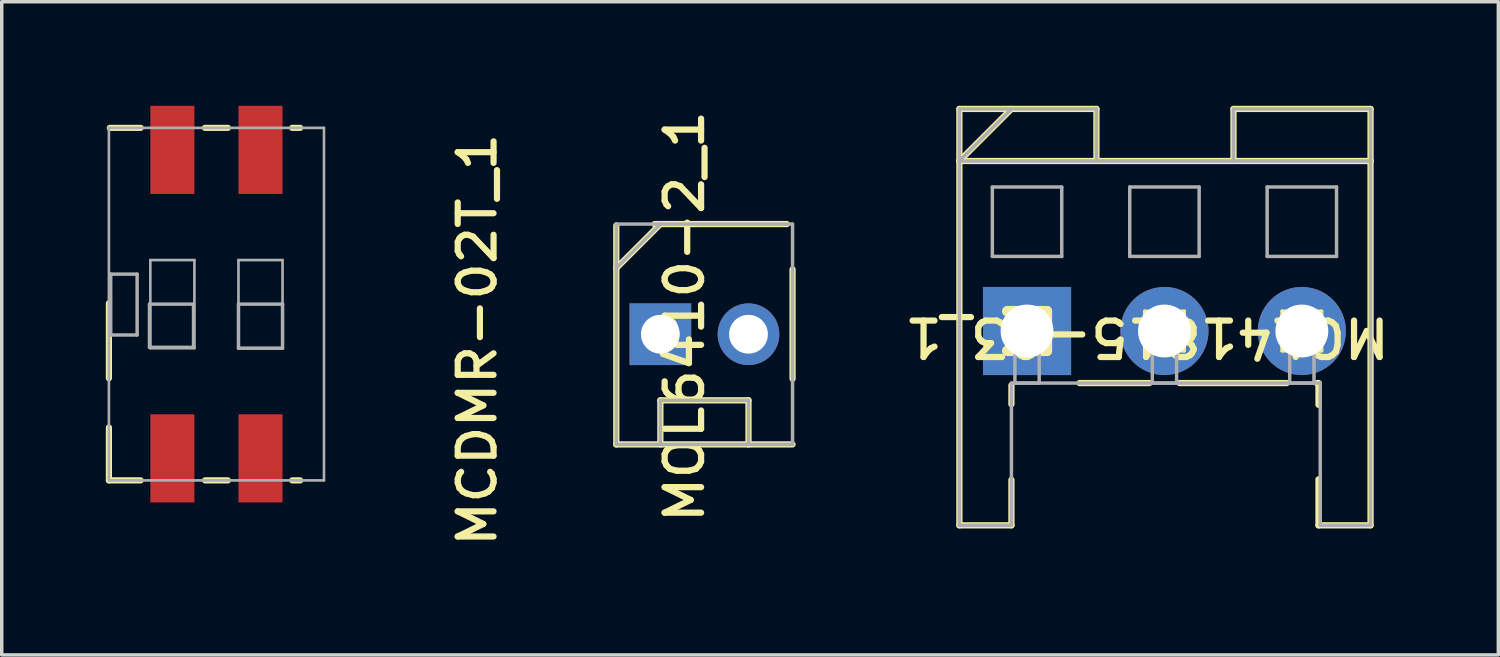
<source format=kicad_pcb>
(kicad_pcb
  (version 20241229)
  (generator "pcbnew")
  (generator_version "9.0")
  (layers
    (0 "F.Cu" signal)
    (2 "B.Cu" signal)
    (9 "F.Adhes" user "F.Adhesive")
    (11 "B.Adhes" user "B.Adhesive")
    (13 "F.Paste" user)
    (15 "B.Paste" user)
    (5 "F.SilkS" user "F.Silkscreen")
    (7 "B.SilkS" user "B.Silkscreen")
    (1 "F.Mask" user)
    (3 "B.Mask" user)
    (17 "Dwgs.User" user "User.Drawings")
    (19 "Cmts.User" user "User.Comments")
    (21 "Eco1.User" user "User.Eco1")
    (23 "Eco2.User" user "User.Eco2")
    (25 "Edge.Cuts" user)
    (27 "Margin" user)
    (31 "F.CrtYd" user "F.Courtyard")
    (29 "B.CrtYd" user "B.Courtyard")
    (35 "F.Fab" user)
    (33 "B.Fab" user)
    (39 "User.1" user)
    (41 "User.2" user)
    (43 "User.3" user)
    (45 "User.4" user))
  (footprint "MOL41815-03_1"
    (layer "F.Cu")
    (at 26.55 6.49)
    (property "Reference" "MOL41815-03_1" (at 3.457 0.175 180) (unlocked yes) (layer "F.SilkS") (effects (font (size 1.05 1.104) (thickness 0.18))))
    (attr smd)
    (fp_line (start -1.95 -6.4) (end 2 -6.4) (stroke (width 0.18) (type solid)) (layer "F.SilkS"))
    (fp_line (start -1.95 -4.9) (end -1.95 -6.4) (stroke (width 0.18) (type solid)) (layer "F.SilkS"))
    (fp_line (start -1.95 -4.9) (end -0.45 -6.4) (stroke (width 0.18) (type solid)) (layer "F.SilkS"))
    (fp_line (start -1.95 -4.9) (end 9.9 -4.9) (stroke (width 0.18) (type solid)) (layer "F.SilkS"))
    (fp_line (start -1.95 5.6) (end -1.95 -4.9) (stroke (width 0.18) (type solid)) (layer "F.SilkS"))
    (fp_line (start -1.95 5.6) (end -0.45 5.6) (stroke (width 0.18) (type solid)) (layer "F.SilkS"))
    (fp_line (start -0.57 -0.57) (end 0.57 -0.57) (stroke (width 0.305) (type solid)) (layer "F.SilkS"))
    (fp_line (start -0.57 0.57) (end 0.57 0.57) (stroke (width 0.305) (type solid)) (layer "F.SilkS"))
    (fp_line (start -0.45 2.111) (end -0.45 1.562) (stroke (width 0.18) (type solid)) (layer "F.SilkS"))
    (fp_line (start -0.45 5.6) (end -0.45 4.289) (stroke (width 0.18) (type solid)) (layer "F.SilkS"))
    (fp_line (start 0.57 0.57) (end 0.57 -0.57) (stroke (width 0.305) (type solid)) (layer "F.SilkS"))
    (fp_line (start 1.512 1.5) (end 3.526 1.5) (stroke (width 0.18) (type solid)) (layer "F.SilkS"))
    (fp_line (start 2 -4.9) (end 2 -6.4) (stroke (width 0.18) (type solid)) (layer "F.SilkS"))
    (fp_line (start 3.39 -0.57) (end 4.53 -0.57) (stroke (width 0.1) (type solid)) (layer "F.SilkS"))
    (fp_line (start 3.39 0.57) (end 3.39 -0.57) (stroke (width 0.1) (type solid)) (layer "F.SilkS"))
    (fp_line (start 3.39 0.57) (end 4.53 0.57) (stroke (width 0.1) (type solid)) (layer "F.SilkS"))
    (fp_line (start 4.394 1.5) (end 7.486 1.5) (stroke (width 0.18) (type solid)) (layer "F.SilkS"))
    (fp_line (start 4.53 0.57) (end 4.53 -0.57) (stroke (width 0.1) (type solid)) (layer "F.SilkS"))
    (fp_line (start 5.95 -6.4) (end 9.9 -6.4) (stroke (width 0.18) (type solid)) (layer "F.SilkS"))
    (fp_line (start 5.95 -4.9) (end 5.95 -6.4) (stroke (width 0.18) (type solid)) (layer "F.SilkS"))
    (fp_line (start 7.35 -0.57) (end 8.49 -0.57) (stroke (width 0.1) (type solid)) (layer "F.SilkS"))
    (fp_line (start 7.35 0.57) (end 7.35 -0.57) (stroke (width 0.1) (type solid)) (layer "F.SilkS"))
    (fp_line (start 7.35 0.57) (end 8.49 0.57) (stroke (width 0.1) (type solid)) (layer "F.SilkS"))
    (fp_line (start 8.354 1.5) (end 8.4 1.5) (stroke (width 0.18) (type solid)) (layer "F.SilkS"))
    (fp_line (start 8.4 2.126) (end 8.4 1.5) (stroke (width 0.18) (type solid)) (layer "F.SilkS"))
    (fp_line (start 8.4 5.6) (end 8.4 4.274) (stroke (width 0.18) (type solid)) (layer "F.SilkS"))
    (fp_line (start 8.4 5.6) (end 9.9 5.6) (stroke (width 0.18) (type solid)) (layer "F.SilkS"))
    (fp_line (start 8.49 0.57) (end 8.49 -0.57) (stroke (width 0.1) (type solid)) (layer "F.SilkS"))
    (fp_line (start 9.9 -4.9) (end 9.9 -6.4) (stroke (width 0.18) (type solid)) (layer "F.SilkS"))
    (fp_line (start 9.9 5.6) (end 9.9 -4.9) (stroke (width 0.18) (type solid)) (layer "F.SilkS"))
    (fp_line (start -1.95 -6.4) (end 2 -6.4) (stroke (width 0.1) (type solid)) (layer "F.Fab"))
    (fp_line (start -1.95 -4.9) (end -1.95 -6.4) (stroke (width 0.1) (type solid)) (layer "F.Fab"))
    (fp_line (start -1.95 -4.9) (end -0.45 -6.4) (stroke (width 0.1) (type solid)) (layer "F.Fab"))
    (fp_line (start -1.95 -4.9) (end 9.9 -4.9) (stroke (width 0.1) (type solid)) (layer "F.Fab"))
    (fp_line (start -1.95 5.6) (end -1.95 -4.9) (stroke (width 0.1) (type solid)) (layer "F.Fab"))
    (fp_line (start -1.95 5.6) (end -0.45 5.6) (stroke (width 0.1) (type solid)) (layer "F.Fab"))
    (fp_line (start -1 -4.15) (end 1 -4.15) (stroke (width 0.1) (type solid)) (layer "F.Fab"))
    (fp_line (start -1 -2.15) (end -1 -4.15) (stroke (width 0.1) (type solid)) (layer "F.Fab"))
    (fp_line (start -1 -2.15) (end 1 -2.15) (stroke (width 0.1) (type solid)) (layer "F.Fab"))
    (fp_line (start -0.45 1.5) (end 8.45 1.5) (stroke (width 0.1) (type solid)) (layer "F.Fab"))
    (fp_line (start -0.45 5.6) (end -0.45 1.5) (stroke (width 0.1) (type solid)) (layer "F.Fab"))
    (fp_line (start -0.35 -0.35) (end 0.35 -0.35) (stroke (width 0.1) (type solid)) (layer "F.Fab"))
    (fp_line (start -0.35 0) (end 0.35 0) (stroke (width 0.1) (type solid)) (layer "F.Fab"))
    (fp_line (start -0.35 1.5) (end -0.35 -0.35) (stroke (width 0.1) (type solid)) (layer "F.Fab"))
    (fp_line (start -0.35 1.5) (end 0.35 1.5) (stroke (width 0.1) (type solid)) (layer "F.Fab"))
    (fp_line (start 0.35 1.5) (end 0.35 -0.35) (stroke (width 0.1) (type solid)) (layer "F.Fab"))
    (fp_line (start 1 -2.15) (end 1 -4.15) (stroke (width 0.1) (type solid)) (layer "F.Fab"))
    (fp_line (start 2 -4.9) (end 2 -6.4) (stroke (width 0.1) (type solid)) (layer "F.Fab"))
    (fp_line (start 2.96 -4.15) (end 4.96 -4.15) (stroke (width 0.1) (type solid)) (layer "F.Fab"))
    (fp_line (start 2.96 -2.15) (end 2.96 -4.15) (stroke (width 0.1) (type solid)) (layer "F.Fab"))
    (fp_line (start 2.96 -2.15) (end 4.96 -2.15) (stroke (width 0.1) (type solid)) (layer "F.Fab"))
    (fp_line (start 3.61 -0.35) (end 4.31 -0.35) (stroke (width 0.1) (type solid)) (layer "F.Fab"))
    (fp_line (start 3.61 0) (end 4.31 0) (stroke (width 0.1) (type solid)) (layer "F.Fab"))
    (fp_line (start 3.61 1.5) (end 3.61 -0.35) (stroke (width 0.1) (type solid)) (layer "F.Fab"))
    (fp_line (start 3.61 1.5) (end 4.31 1.5) (stroke (width 0.1) (type solid)) (layer "F.Fab"))
    (fp_line (start 4.31 1.5) (end 4.31 -0.35) (stroke (width 0.1) (type solid)) (layer "F.Fab"))
    (fp_line (start 4.96 -2.15) (end 4.96 -4.15) (stroke (width 0.1) (type solid)) (layer "F.Fab"))
    (fp_line (start 5.95 -6.4) (end 9.9 -6.4) (stroke (width 0.1) (type solid)) (layer "F.Fab"))
    (fp_line (start 5.95 -4.9) (end 5.95 -6.4) (stroke (width 0.1) (type solid)) (layer "F.Fab"))
    (fp_line (start 6.92 -4.15) (end 8.92 -4.15) (stroke (width 0.1) (type solid)) (layer "F.Fab"))
    (fp_line (start 6.92 -2.15) (end 6.92 -4.15) (stroke (width 0.1) (type solid)) (layer "F.Fab"))
    (fp_line (start 6.92 -2.15) (end 8.92 -2.15) (stroke (width 0.1) (type solid)) (layer "F.Fab"))
    (fp_line (start 7.57 -0.35) (end 8.27 -0.35) (stroke (width 0.1) (type solid)) (layer "F.Fab"))
    (fp_line (start 7.57 0) (end 8.27 0) (stroke (width 0.1) (type solid)) (layer "F.Fab"))
    (fp_line (start 7.57 1.5) (end 7.57 -0.35) (stroke (width 0.1) (type solid)) (layer "F.Fab"))
    (fp_line (start 7.57 1.5) (end 8.27 1.5) (stroke (width 0.1) (type solid)) (layer "F.Fab"))
    (fp_line (start 8.27 1.5) (end 8.27 -0.35) (stroke (width 0.1) (type solid)) (layer "F.Fab"))
    (fp_line (start 8.45 5.6) (end 8.45 1.5) (stroke (width 0.1) (type solid)) (layer "F.Fab"))
    (fp_line (start 8.45 5.6) (end 9.9 5.6) (stroke (width 0.1) (type solid)) (layer "F.Fab"))
    (fp_line (start 8.92 -2.15) (end 8.92 -4.15) (stroke (width 0.1) (type solid)) (layer "F.Fab"))
    (fp_line (start 9.9 -4.9) (end 9.9 -6.4) (stroke (width 0.1) (type solid)) (layer "F.Fab"))
    (fp_line (start 9.9 5.6) (end 9.9 -4.9) (stroke (width 0.1) (type solid)) (layer "F.Fab"))
    (pad "1" thru_hole rect (at 0 0) (size 2.54 2.54) (drill 1.524) (layers "*.Cu" "*.Mask"))
    (pad "2" thru_hole circle (at 3.96 0) (size 2.54 2.54) (drill 1.524) (layers "*.Cu" "*.Mask"))
    (pad "3" thru_hole circle (at 7.92 0) (size 2.54 2.54) (drill 1.524) (layers "*.Cu" "*.Mask")))
  (footprint "MCDMR-02T_1"
    (layer "F.Cu")
    (at 3.188 5.715)
    (property "Reference" "MCDMR-02T_1" (at 7.518 1.029 90) (unlocked yes) (layer "F.SilkS") (effects (font (size 1.033 1.087) (thickness 0.178))))
    (attr smd)
    (fp_line (start -3.099 2.134) (end -3.099 -0.025) (stroke (width 0.178) (type solid)) (layer "F.SilkS"))
    (fp_line (start -3.099 5.08) (end -3.099 3.556) (stroke (width 0.178) (type solid)) (layer "F.SilkS"))
    (fp_line (start -3.099 5.08) (end -2.184 5.08) (stroke (width 0.178) (type solid)) (layer "F.SilkS"))
    (fp_line (start -3.073 -5.08) (end -2.184 -5.08) (stroke (width 0.178) (type solid)) (layer "F.SilkS"))
    (fp_line (start -0.33 -5.08) (end 0.33 -5.08) (stroke (width 0.178) (type solid)) (layer "F.SilkS"))
    (fp_line (start -0.33 5.08) (end 0.33 5.08) (stroke (width 0.178) (type solid)) (layer "F.SilkS"))
    (fp_line (start 2.184 -5.08) (end 2.413 -5.08) (stroke (width 0.178) (type solid)) (layer "F.SilkS"))
    (fp_line (start 2.184 5.08) (end 2.413 5.08) (stroke (width 0.178) (type solid)) (layer "F.SilkS"))
    (fp_line (start -3.099 -5.08) (end 3.099 -5.08) (stroke (width 0.076) (type solid)) (layer "F.Fab"))
    (fp_line (start -3.099 5.08) (end -3.099 -5.08) (stroke (width 0.076) (type solid)) (layer "F.Fab"))
    (fp_line (start -3.099 5.08) (end 3.099 5.08) (stroke (width 0.076) (type solid)) (layer "F.Fab"))
    (fp_line (start -3.048 -0.864) (end -2.286 -0.864) (stroke (width 0.1) (type solid)) (layer "F.Fab"))
    (fp_line (start -3.048 0.889) (end -3.048 -0.864) (stroke (width 0.1) (type solid)) (layer "F.Fab"))
    (fp_line (start -3.048 0.889) (end -2.286 0.889) (stroke (width 0.1) (type solid)) (layer "F.Fab"))
    (fp_line (start -2.286 0.889) (end -2.286 -0.864) (stroke (width 0.1) (type solid)) (layer "F.Fab"))
    (fp_line (start -1.93 0) (end -0.66 0) (stroke (width 0.1) (type solid)) (layer "F.Fab"))
    (fp_line (start -1.93 1.245) (end -1.93 0) (stroke (width 0.1) (type solid)) (layer "F.Fab"))
    (fp_line (start -1.93 1.245) (end -0.66 1.245) (stroke (width 0.1) (type solid)) (layer "F.Fab"))
    (fp_line (start -1.905 -1.27) (end -0.635 -1.27) (stroke (width 0.076) (type solid)) (layer "F.Fab"))
    (fp_line (start -1.905 1.27) (end -1.905 -1.27) (stroke (width 0.076) (type solid)) (layer "F.Fab"))
    (fp_line (start -1.905 1.27) (end -0.635 1.27) (stroke (width 0.076) (type solid)) (layer "F.Fab"))
    (fp_line (start -0.66 1.245) (end -0.66 0) (stroke (width 0.1) (type solid)) (layer "F.Fab"))
    (fp_line (start -0.635 1.27) (end -0.635 -1.27) (stroke (width 0.076) (type solid)) (layer "F.Fab"))
    (fp_line (start 0.635 -1.27) (end 1.905 -1.27) (stroke (width 0.076) (type solid)) (layer "F.Fab"))
    (fp_line (start 0.635 0) (end 1.905 0) (stroke (width 0.1) (type solid)) (layer "F.Fab"))
    (fp_line (start 0.635 1.27) (end 0.635 -1.27) (stroke (width 0.076) (type solid)) (layer "F.Fab"))
    (fp_line (start 0.635 1.27) (end 0.635 0) (stroke (width 0.1) (type solid)) (layer "F.Fab"))
    (fp_line (start 0.635 1.27) (end 1.905 1.27) (stroke (width 0.076) (type solid)) (layer "F.Fab"))
    (fp_line (start 0.635 1.27) (end 1.905 1.27) (stroke (width 0.1) (type solid)) (layer "F.Fab"))
    (fp_line (start 1.905 1.27) (end 1.905 -1.27) (stroke (width 0.076) (type solid)) (layer "F.Fab"))
    (fp_line (start 1.905 1.27) (end 1.905 0) (stroke (width 0.1) (type solid)) (layer "F.Fab"))
    (fp_line (start 3.099 5.08) (end 3.099 -5.08) (stroke (width 0.076) (type solid)) (layer "F.Fab"))
    (pad "1" smd rect (at -1.27 4.445) (size 1.27 2.54) (layers "F.Cu" "F.Mask" "F.Paste"))
    (pad "2" smd rect (at -1.27 -4.445) (size 1.27 2.54) (layers "F.Cu" "F.Mask" "F.Paste"))
    (pad "3" smd rect (at 1.27 4.445) (size 1.27 2.54) (layers "F.Cu" "F.Mask" "F.Paste"))
    (pad "4" smd rect (at 1.27 -4.445) (size 1.27 2.54) (layers "F.Cu" "F.Mask" "F.Paste")))
  (footprint "MOL6410-2_1"
    (layer "F.Cu")
    (at 15.982 6.583)
    (property "Reference" "MOL6410-2_1" (at 0.697 -0.509 90) (unlocked yes) (layer "F.SilkS") (effects (font (size 1.05 1.104) (thickness 0.18))))
    (attr smd)
    (fp_line (start -1.27 -1.905) (end 0 -3.175) (stroke (width 0.18) (type solid)) (layer "F.SilkS"))
    (fp_line (start -1.27 3.175) (end -1.27 -3.135) (stroke (width 0.18) (type solid)) (layer "F.SilkS"))
    (fp_line (start -1.27 3.175) (end 3.809 3.175) (stroke (width 0.18) (type solid)) (layer "F.SilkS"))
    (fp_line (start -0.169 -3.175) (end 3.645 -3.175) (stroke (width 0.18) (type solid)) (layer "F.SilkS"))
    (fp_line (start 0 1.905) (end 2.54 1.905) (stroke (width 0.18) (type solid)) (layer "F.SilkS"))
    (fp_line (start 0 3.175) (end 0 1.905) (stroke (width 0.18) (type solid)) (layer "F.SilkS"))
    (fp_line (start 2.54 3.175) (end 2.54 1.905) (stroke (width 0.18) (type solid)) (layer "F.SilkS"))
    (fp_line (start 3.81 1.284) (end 3.81 -1.87) (stroke (width 0.18) (type solid)) (layer "F.SilkS"))
    (fp_line (start -1.27 -3.175) (end 3.81 -3.175) (stroke (width 0.1) (type solid)) (layer "F.Fab"))
    (fp_line (start -1.27 -1.905) (end 0 -3.175) (stroke (width 0.1) (type solid)) (layer "F.Fab"))
    (fp_line (start -1.27 3.175) (end -1.27 -3.175) (stroke (width 0.1) (type solid)) (layer "F.Fab"))
    (fp_line (start -1.27 3.175) (end 3.81 3.175) (stroke (width 0.1) (type solid)) (layer "F.Fab"))
    (fp_line (start 0 1.905) (end 2.54 1.905) (stroke (width 0.1) (type solid)) (layer "F.Fab"))
    (fp_line (start 0 3.175) (end 0 1.905) (stroke (width 0.1) (type solid)) (layer "F.Fab"))
    (fp_line (start 2.54 3.175) (end 2.54 1.905) (stroke (width 0.1) (type solid)) (layer "F.Fab"))
    (fp_line (start 3.81 3.175) (end 3.81 -3.175) (stroke (width 0.1) (type solid)) (layer "F.Fab"))
    (pad "1" thru_hole rect (at 0 0) (size 1.778 1.778) (drill 1.118) (layers "*.Cu" "*.Mask"))
    (pad "2" thru_hole circle (at 2.54 0) (size 1.778 1.778) (drill 1.118) (layers "*.Cu" "*.Mask")))
  (gr_rect
    (start -3 -3)
    (end 40.133 15.826)
    (stroke (width 0.1) (type default))
    (fill no)
    (layer "Edge.Cuts")))
</source>
